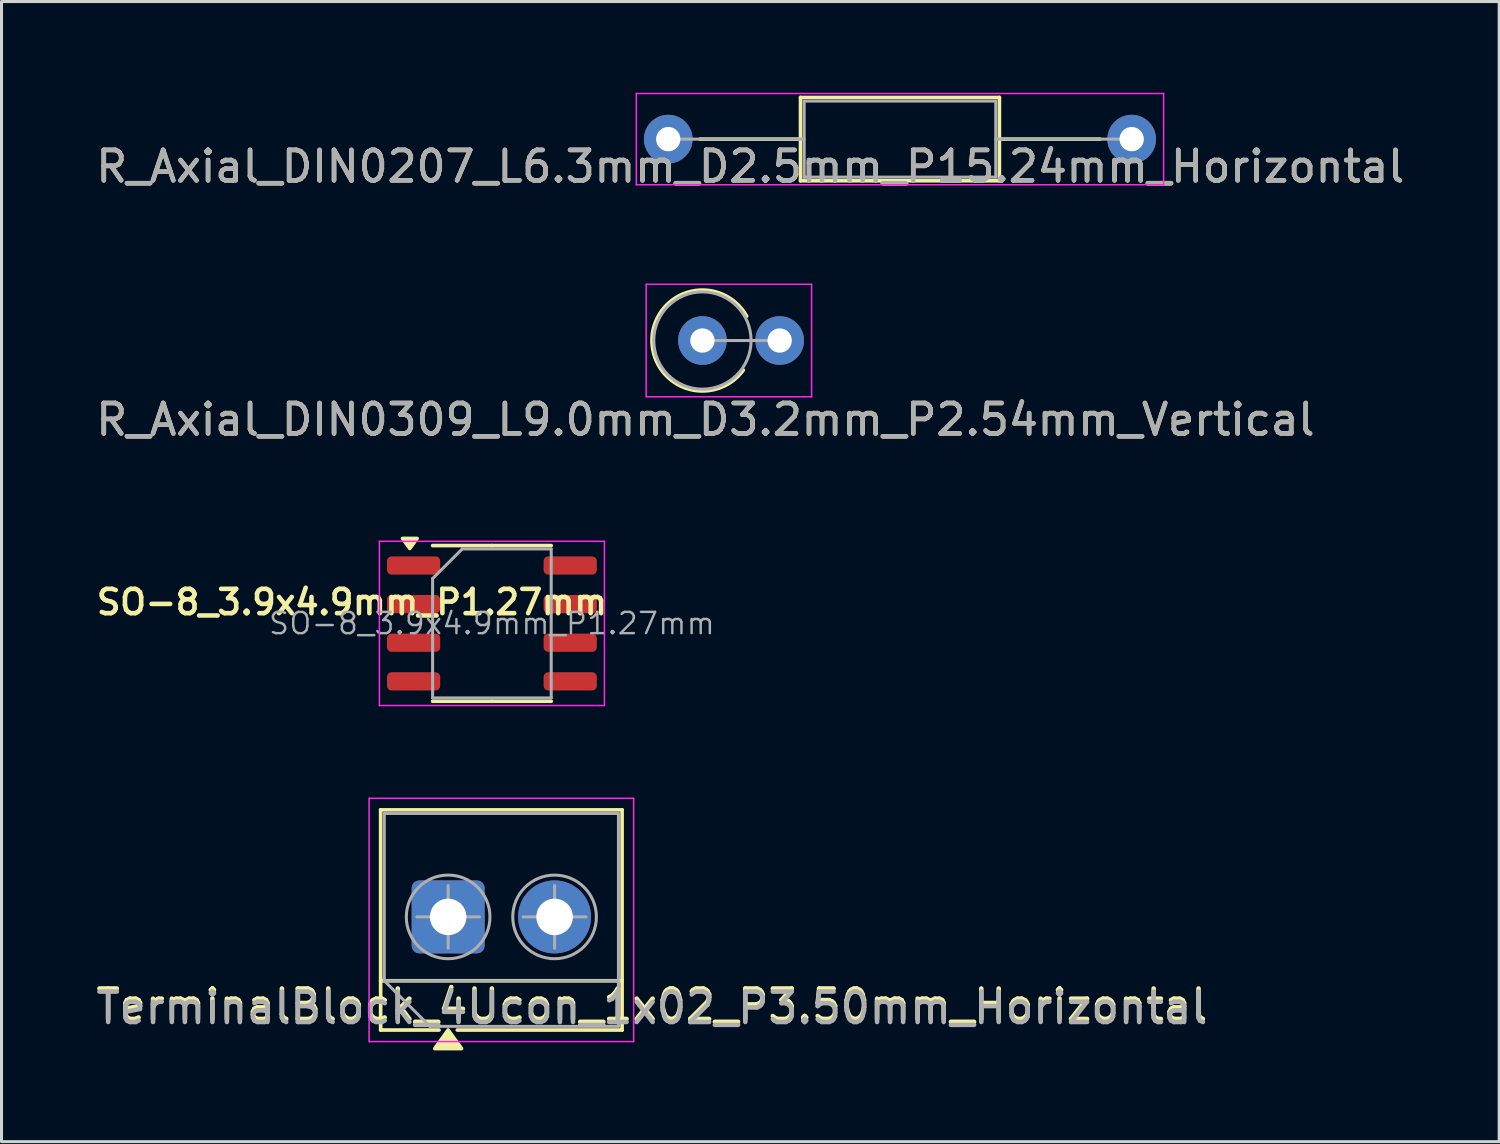
<source format=kicad_pcb>
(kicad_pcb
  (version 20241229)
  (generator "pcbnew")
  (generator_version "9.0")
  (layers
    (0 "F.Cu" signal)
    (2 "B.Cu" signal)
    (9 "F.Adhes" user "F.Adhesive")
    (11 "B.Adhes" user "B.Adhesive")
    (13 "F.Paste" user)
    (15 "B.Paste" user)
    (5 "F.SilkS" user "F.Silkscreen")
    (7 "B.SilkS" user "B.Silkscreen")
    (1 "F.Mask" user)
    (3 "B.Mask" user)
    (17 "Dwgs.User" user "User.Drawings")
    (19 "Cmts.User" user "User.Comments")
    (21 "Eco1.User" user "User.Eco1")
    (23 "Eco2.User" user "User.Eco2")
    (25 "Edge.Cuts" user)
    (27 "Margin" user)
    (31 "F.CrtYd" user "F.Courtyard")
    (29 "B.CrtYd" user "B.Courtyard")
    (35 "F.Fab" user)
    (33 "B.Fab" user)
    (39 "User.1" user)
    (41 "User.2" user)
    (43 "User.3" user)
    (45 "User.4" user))
  (footprint "SO-8_3.9x4.9mm_P1.27mm"
    (layer "F.Cu")
    (at 13.126 17.451)
    (property "Reference" "SO-8_3.9x4.9mm_P1.27mm" (at -4.6 -0.7 0) (layer "F.SilkS") (effects (font (size 0.8 0.8) (thickness 0.15))))
    (attr smd)
    (fp_line (start 0 -2.56) (end -1.95 -2.56) (stroke (width 0.12) (type solid)) (layer "F.SilkS"))
    (fp_line (start 0 -2.56) (end 1.95 -2.56) (stroke (width 0.12) (type solid)) (layer "F.SilkS"))
    (fp_line (start 0 2.56) (end -1.95 2.56) (stroke (width 0.12) (type solid)) (layer "F.SilkS"))
    (fp_line (start 0 2.56) (end 1.95 2.56) (stroke (width 0.12) (type solid)) (layer "F.SilkS"))
    (fp_poly (pts (xy -2.7 -2.465) (xy -2.94 -2.795) (xy -2.46 -2.795) (xy -2.7 -2.465)) (stroke (width 0.12) (type solid)) (fill yes) (layer "F.SilkS"))
    (fp_line (start -3.7 -2.7) (end -3.7 2.7) (stroke (width 0.05) (type solid)) (layer "F.CrtYd"))
    (fp_line (start -3.7 2.7) (end 3.7 2.7) (stroke (width 0.05) (type solid)) (layer "F.CrtYd"))
    (fp_line (start 3.7 -2.7) (end -3.7 -2.7) (stroke (width 0.05) (type solid)) (layer "F.CrtYd"))
    (fp_line (start 3.7 2.7) (end 3.7 -2.7) (stroke (width 0.05) (type solid)) (layer "F.CrtYd"))
    (fp_line (start -1.95 -1.475) (end -0.975 -2.45) (stroke (width 0.1) (type solid)) (layer "F.Fab"))
    (fp_line (start -1.95 2.45) (end -1.95 -1.475) (stroke (width 0.1) (type solid)) (layer "F.Fab"))
    (fp_line (start -0.975 -2.45) (end 1.95 -2.45) (stroke (width 0.1) (type solid)) (layer "F.Fab"))
    (fp_line (start 1.95 -2.45) (end 1.95 2.45) (stroke (width 0.1) (type solid)) (layer "F.Fab"))
    (fp_line (start 1.95 2.45) (end -1.95 2.45) (stroke (width 0.1) (type solid)) (layer "F.Fab"))
    (fp_text user "${REFERENCE}" (at 0 0 0) (layer "F.Fab") (effects (font (size 0.7 0.7) (thickness 0.08))))
    (pad "1" smd roundrect (at -2.575 -1.905 180) (size 1.75 0.6) (layers "F.Cu" "F.Mask" "F.Paste") (roundrect_rratio 0.25))
    (pad "2" smd roundrect (at -2.575 -0.635 180) (size 1.75 0.6) (layers "F.Cu" "F.Mask" "F.Paste") (roundrect_rratio 0.25))
    (pad "3" smd roundrect (at -2.575 0.635 180) (size 1.75 0.6) (layers "F.Cu" "F.Mask" "F.Paste") (roundrect_rratio 0.25))
    (pad "4" smd roundrect (at -2.575 1.905 180) (size 1.75 0.6) (layers "F.Cu" "F.Mask" "F.Paste") (roundrect_rratio 0.25))
    (pad "5" smd roundrect (at 2.575 1.905 180) (size 1.75 0.6) (layers "F.Cu" "F.Mask" "F.Paste") (roundrect_rratio 0.25))
    (pad "6" smd roundrect (at 2.575 0.635 180) (size 1.75 0.6) (layers "F.Cu" "F.Mask" "F.Paste") (roundrect_rratio 0.25))
    (pad "7" smd roundrect (at 2.575 -0.635 180) (size 1.75 0.6) (layers "F.Cu" "F.Mask" "F.Paste") (roundrect_rratio 0.25))
    (pad "8" smd roundrect (at 2.575 -1.905 180) (size 1.75 0.6) (layers "F.Cu" "F.Mask" "F.Paste") (roundrect_rratio 0.25)))
  (footprint "R_Axial_DIN0207_L6.3mm_D2.5mm_P15.24mm_Horizontal"
    (layer "F.Cu")
    (at 18.925 1.525)
    (property "Reference" "R_Axial_DIN0207_L6.3mm_D2.5mm_P15.24mm_Horizontal" (at 2.7 0.9 0) (layer "F.SilkS") (effects (font (size 1 1) (thickness 0.15))))
    (attr through_hole)
    (fp_line (start 1.04 0) (end 4.35 0) (stroke (width 0.12) (type solid)) (layer "F.SilkS"))
    (fp_line (start 4.35 -1.37) (end 4.35 1.37) (stroke (width 0.12) (type solid)) (layer "F.SilkS"))
    (fp_line (start 4.35 1.37) (end 10.89 1.37) (stroke (width 0.12) (type solid)) (layer "F.SilkS"))
    (fp_line (start 10.89 -1.37) (end 4.35 -1.37) (stroke (width 0.12) (type solid)) (layer "F.SilkS"))
    (fp_line (start 10.89 1.37) (end 10.89 -1.37) (stroke (width 0.12) (type solid)) (layer "F.SilkS"))
    (fp_line (start 14.2 0) (end 10.89 0) (stroke (width 0.12) (type solid)) (layer "F.SilkS"))
    (fp_line (start -1.05 -1.5) (end -1.05 1.5) (stroke (width 0.05) (type solid)) (layer "F.CrtYd"))
    (fp_line (start -1.05 1.5) (end 16.29 1.5) (stroke (width 0.05) (type solid)) (layer "F.CrtYd"))
    (fp_line (start 16.29 -1.5) (end -1.05 -1.5) (stroke (width 0.05) (type solid)) (layer "F.CrtYd"))
    (fp_line (start 16.29 1.5) (end 16.29 -1.5) (stroke (width 0.05) (type solid)) (layer "F.CrtYd"))
    (fp_line (start 0 0) (end 4.47 0) (stroke (width 0.1) (type solid)) (layer "F.Fab"))
    (fp_line (start 4.47 -1.25) (end 4.47 1.25) (stroke (width 0.1) (type solid)) (layer "F.Fab"))
    (fp_line (start 4.47 1.25) (end 10.77 1.25) (stroke (width 0.1) (type solid)) (layer "F.Fab"))
    (fp_line (start 10.77 -1.25) (end 4.47 -1.25) (stroke (width 0.1) (type solid)) (layer "F.Fab"))
    (fp_line (start 10.77 1.25) (end 10.77 -1.25) (stroke (width 0.1) (type solid)) (layer "F.Fab"))
    (fp_line (start 15.24 0) (end 10.77 0) (stroke (width 0.1) (type solid)) (layer "F.Fab"))
    (fp_text user "${REFERENCE}" (at 2.7 0.9 0) (layer "F.Fab") (effects (font (size 1 1) (thickness 0.15))))
    (pad "1" thru_hole circle (at 0 0) (size 1.6 1.6) (drill 0.8) (layers "*.Cu" "*.Mask"))
    (pad "2" thru_hole oval (at 15.24 0) (size 1.6 1.6) (drill 0.8) (layers "*.Cu" "*.Mask")))
  (footprint "R_Axial_DIN0309_L9.0mm_D3.2mm_P2.54mm_Vertical"
    (layer "F.Cu")
    (at 20.049 8.148)
    (property "Reference" "R_Axial_DIN0309_L9.0mm_D3.2mm_P2.54mm_Vertical" (at 0.1 2.6 0) (layer "F.SilkS") (effects (font (size 1 1) (thickness 0.15))))
    (attr through_hole)
    (fp_arc (start 1.344775 0.97138) (mid -1.655812 -0.101418) (end 1.453272 -0.8) (stroke (width 0.12) (type solid)) (layer "F.SilkS"))
    (fp_line (start -1.85 -1.85) (end -1.85 1.85) (stroke (width 0.05) (type solid)) (layer "F.CrtYd"))
    (fp_line (start -1.85 1.85) (end 3.59 1.85) (stroke (width 0.05) (type solid)) (layer "F.CrtYd"))
    (fp_line (start 3.59 -1.85) (end -1.85 -1.85) (stroke (width 0.05) (type solid)) (layer "F.CrtYd"))
    (fp_line (start 3.59 1.85) (end 3.59 -1.85) (stroke (width 0.05) (type solid)) (layer "F.CrtYd"))
    (fp_line (start 0 0) (end 2.54 0) (stroke (width 0.1) (type solid)) (layer "F.Fab"))
    (fp_circle (center 0 0) (end 1.6 0) (stroke (width 0.1) (type solid)) (fill no) (layer "F.Fab"))
    (fp_text user "${REFERENCE}" (at 0.1 2.6 0) (layer "F.Fab") (effects (font (size 1 1) (thickness 0.15))))
    (pad "1" thru_hole circle (at 0 0) (size 1.6 1.6) (drill 0.8) (layers "*.Cu" "*.Mask"))
    (pad "2" thru_hole oval (at 2.54 0) (size 1.6 1.6) (drill 0.8) (layers "*.Cu" "*.Mask")))
  (footprint "TerminalBlock_4Ucon_1x02_P3.50mm_Horizontal"
    (layer "F.Cu")
    (at 11.687 27.102)
    (property "Reference" "TerminalBlock_4Ucon_1x02_P3.50mm_Horizontal" (at 6.7 2.9 0) (layer "F.SilkS") (effects (font (size 1 1) (thickness 0.15))))
    (attr through_hole)
    (fp_line (start -2.22 -3.52) (end -2.22 3.72) (stroke (width 0.12) (type solid)) (layer "F.SilkS"))
    (fp_line (start -2.22 -3.52) (end 5.72 -3.52) (stroke (width 0.12) (type solid)) (layer "F.SilkS"))
    (fp_line (start -2.22 2.1) (end 5.72 2.1) (stroke (width 0.12) (type solid)) (layer "F.SilkS"))
    (fp_line (start -2.22 3.72) (end -0.3 3.72) (stroke (width 0.12) (type solid)) (layer "F.SilkS"))
    (fp_line (start 0.3 3.72) (end 5.72 3.72) (stroke (width 0.12) (type solid)) (layer "F.SilkS"))
    (fp_line (start 5.72 -3.52) (end 5.72 3.72) (stroke (width 0.12) (type solid)) (layer "F.SilkS"))
    (fp_poly (pts (xy 0 3.72) (xy 0.44 4.33) (xy -0.44 4.33)) (stroke (width 0.12) (type solid)) (fill yes) (layer "F.SilkS"))
    (fp_line (start -2.6 -3.9) (end -2.6 4.1) (stroke (width 0.05) (type solid)) (layer "F.CrtYd"))
    (fp_line (start -2.6 4.1) (end 6.1 4.1) (stroke (width 0.05) (type solid)) (layer "F.CrtYd"))
    (fp_line (start 6.1 -3.9) (end -2.6 -3.9) (stroke (width 0.05) (type solid)) (layer "F.CrtYd"))
    (fp_line (start 6.1 4.1) (end 6.1 -3.9) (stroke (width 0.05) (type solid)) (layer "F.CrtYd"))
    (fp_line (start -2.1 -3.4) (end 5.6 -3.4) (stroke (width 0.1) (type solid)) (layer "F.Fab"))
    (fp_line (start -2.1 2.1) (end -2.1 -3.4) (stroke (width 0.1) (type solid)) (layer "F.Fab"))
    (fp_line (start -2.1 2.1) (end 5.6 2.1) (stroke (width 0.1) (type solid)) (layer "F.Fab"))
    (fp_line (start -1.031 0) (end 1.031 0) (stroke (width 0.1) (type solid)) (layer "F.Fab"))
    (fp_line (start -0.6 3.6) (end -2.1 2.1) (stroke (width 0.1) (type solid)) (layer "F.Fab"))
    (fp_line (start 0 -1.031) (end 0 1.031) (stroke (width 0.1) (type solid)) (layer "F.Fab"))
    (fp_line (start 2.469 0) (end 4.531 0) (stroke (width 0.1) (type solid)) (layer "F.Fab"))
    (fp_line (start 3.5 -1.031) (end 3.5 1.031) (stroke (width 0.1) (type solid)) (layer "F.Fab"))
    (fp_line (start 5.6 -3.4) (end 5.6 3.6) (stroke (width 0.1) (type solid)) (layer "F.Fab"))
    (fp_line (start 5.6 3.6) (end -0.6 3.6) (stroke (width 0.1) (type solid)) (layer "F.Fab"))
    (fp_circle (center 0 0) (end 1.375 0) (stroke (width 0.1) (type solid)) (fill no) (layer "F.Fab"))
    (fp_circle (center 3.5 0) (end 4.875 0) (stroke (width 0.1) (type solid)) (fill no) (layer "F.Fab"))
    (fp_text user "${REFERENCE}" (at 6.7 3 0) (layer "F.Fab") (effects (font (size 1 1) (thickness 0.15))))
    (pad "1" thru_hole roundrect (at 0 0) (size 2.4 2.4) (drill 1.2) (layers "*.Cu" "*.Mask") (roundrect_rratio 0.104))
    (pad "2" thru_hole circle (at 3.5 0) (size 2.4 2.4) (drill 1.2) (layers "*.Cu" "*.Mask")))
  (gr_rect
    (start -3 -3)
    (end 46.25 34.492)
    (stroke (width 0.1) (type default))
    (fill no)
    (layer "Edge.Cuts")))
</source>
